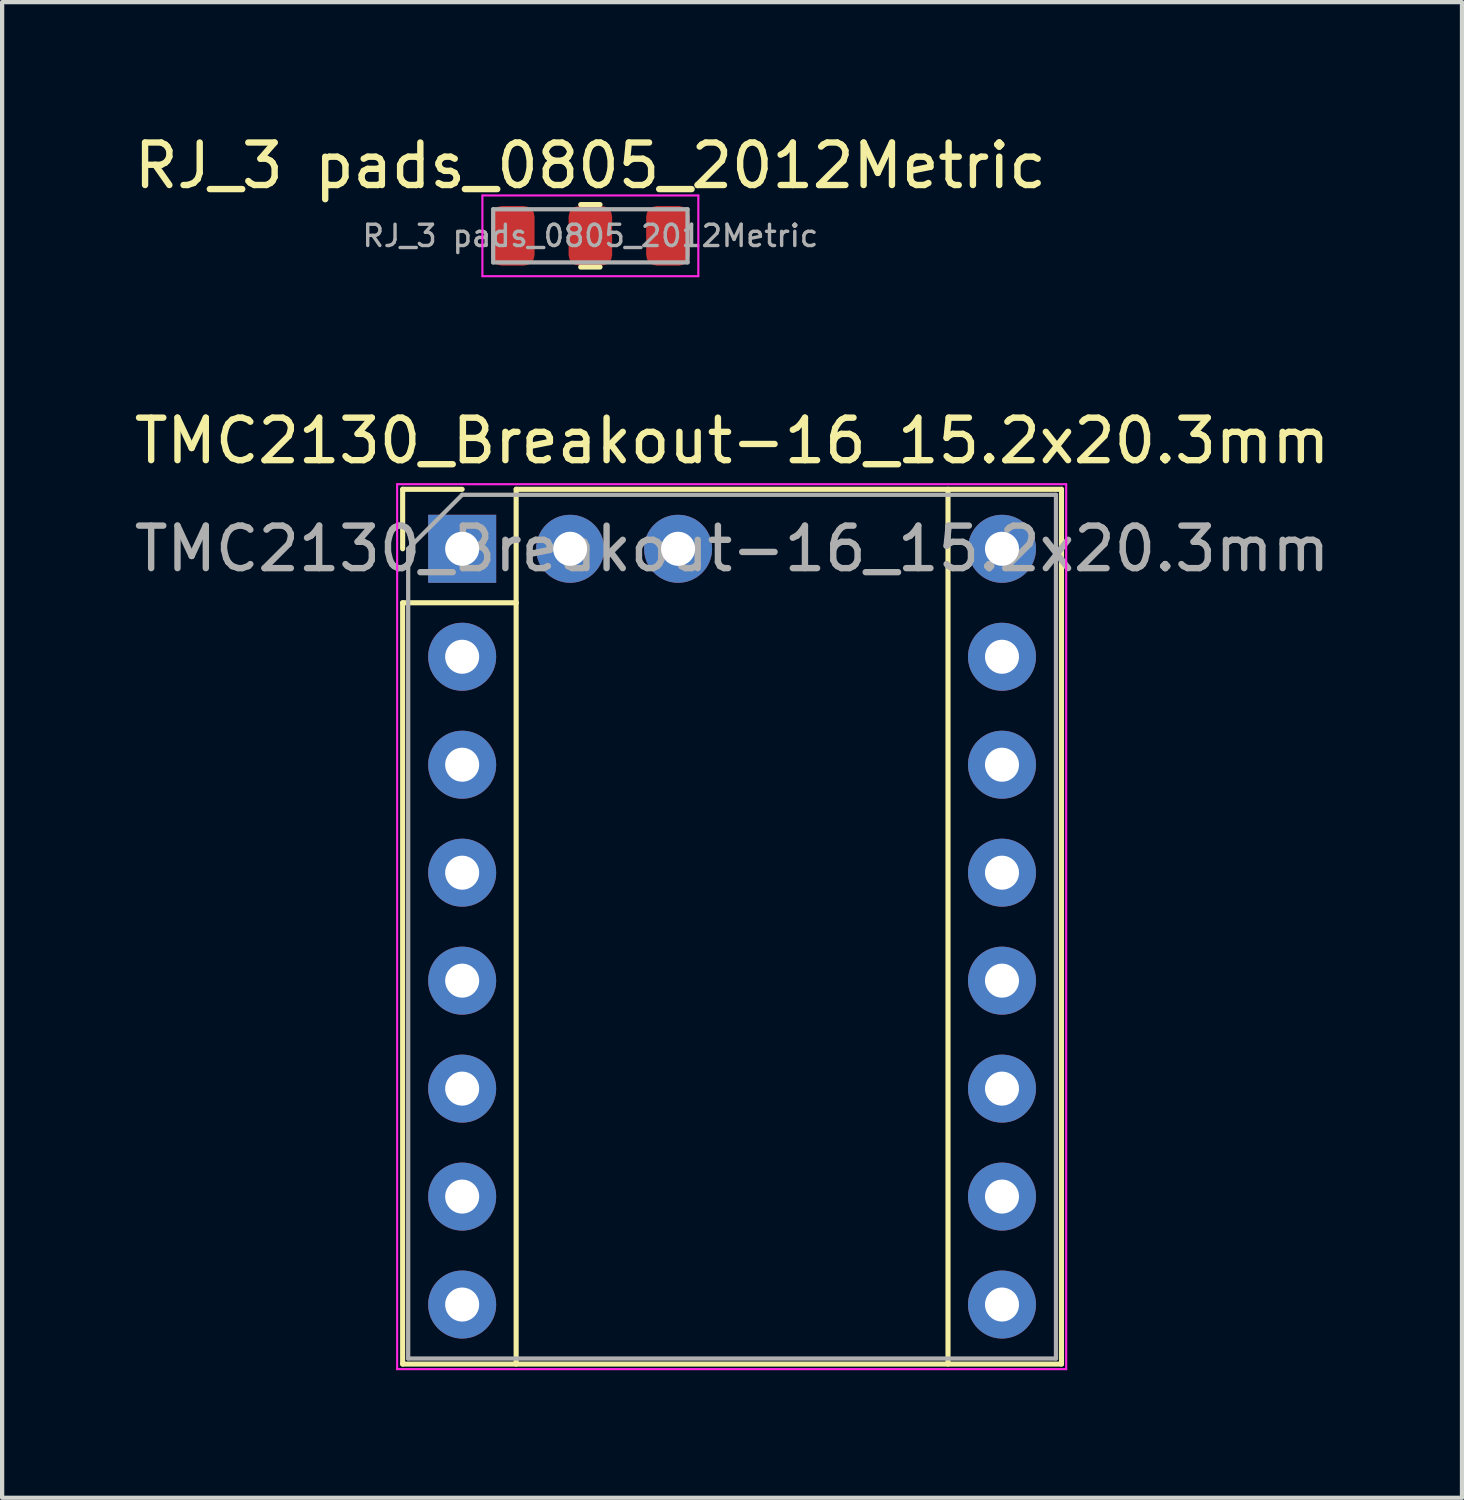
<source format=kicad_pcb>
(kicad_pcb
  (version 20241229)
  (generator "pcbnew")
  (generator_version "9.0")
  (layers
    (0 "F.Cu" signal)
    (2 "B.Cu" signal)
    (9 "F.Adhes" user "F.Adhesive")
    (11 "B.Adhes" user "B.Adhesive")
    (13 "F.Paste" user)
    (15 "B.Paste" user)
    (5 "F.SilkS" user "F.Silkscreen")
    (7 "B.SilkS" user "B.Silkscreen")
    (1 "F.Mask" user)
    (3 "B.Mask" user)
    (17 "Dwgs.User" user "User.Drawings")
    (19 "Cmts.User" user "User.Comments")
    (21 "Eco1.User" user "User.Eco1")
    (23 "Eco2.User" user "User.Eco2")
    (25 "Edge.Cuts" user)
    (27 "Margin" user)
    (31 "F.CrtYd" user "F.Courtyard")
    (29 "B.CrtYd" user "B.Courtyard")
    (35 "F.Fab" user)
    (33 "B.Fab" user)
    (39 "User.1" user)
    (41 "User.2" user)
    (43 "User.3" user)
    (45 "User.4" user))
  (footprint "RJ_3 pads_0805_2012Metric"
    (layer "F.Cu")
    (at 10.839 2.498)
    (property "Reference" "RJ_3 pads_0805_2012Metric" (at 0 -1.65 0) (layer "F.SilkS") (effects (font (size 1 1) (thickness 0.15))))
    (attr smd)
    (fp_line (start -0.227 -0.735) (end 0.227 -0.735) (stroke (width 0.12) (type solid)) (layer "F.SilkS"))
    (fp_line (start -0.227 0.735) (end 0.227 0.735) (stroke (width 0.12) (type solid)) (layer "F.SilkS"))
    (fp_line (start -2.54 -0.95) (end 2.54 -0.95) (stroke (width 0.05) (type solid)) (layer "F.CrtYd"))
    (fp_line (start -2.54 0.95) (end -2.54 -0.95) (stroke (width 0.05) (type solid)) (layer "F.CrtYd"))
    (fp_line (start 2.54 -0.95) (end 2.54 0.95) (stroke (width 0.05) (type solid)) (layer "F.CrtYd"))
    (fp_line (start 2.54 0.95) (end -2.54 0.95) (stroke (width 0.05) (type solid)) (layer "F.CrtYd"))
    (fp_line (start -2.286 -0.625) (end 2.286 -0.625) (stroke (width 0.1) (type solid)) (layer "F.Fab"))
    (fp_line (start -2.286 0.625) (end -2.286 -0.625) (stroke (width 0.1) (type solid)) (layer "F.Fab"))
    (fp_line (start 2.286 -0.625) (end 2.286 0.625) (stroke (width 0.1) (type solid)) (layer "F.Fab"))
    (fp_line (start 2.286 0.625) (end -2.286 0.625) (stroke (width 0.1) (type solid)) (layer "F.Fab"))
    (fp_text user "${REFERENCE}" (at 0 0 0) (layer "F.Fab") (effects (font (size 0.5 0.5) (thickness 0.08))))
    (pad "1" smd roundrect (at -1.825 0) (size 1.025 1.4) (layers "F.Cu" "F.Mask" "F.Paste") (roundrect_rratio 0.244))
    (pad "2" smd roundrect (at 0 0) (size 1.025 1.4) (layers "F.Cu" "F.Mask" "F.Paste") (roundrect_rratio 0.244))
    (pad "3" smd roundrect (at 1.825 0) (size 1.025 1.4) (layers "F.Cu" "F.Mask" "F.Paste") (roundrect_rratio 0.244)))
  (footprint "TMC2130_Breakout-16_15.2x20.3mm"
    (layer "F.Cu")
    (at 7.823 9.861)
    (property "Reference" "TMC2130_Breakout-16_15.2x20.3mm" (at 6.35 -2.54 180) (layer "F.SilkS") (effects (font (size 1 1) (thickness 0.15))))
    (attr through_hole)
    (fp_line (start -1.4 -1.4) (end -1.4 0) (stroke (width 0.12) (type solid)) (layer "F.SilkS"))
    (fp_line (start -1.4 1.27) (end -1.4 19.18) (stroke (width 0.12) (type solid)) (layer "F.SilkS"))
    (fp_line (start -1.4 19.18) (end 14.1 19.18) (stroke (width 0.12) (type solid)) (layer "F.SilkS"))
    (fp_line (start 0 -1.4) (end -1.4 -1.4) (stroke (width 0.12) (type solid)) (layer "F.SilkS"))
    (fp_line (start 1.27 -1.4) (end 1.27 1.27) (stroke (width 0.12) (type solid)) (layer "F.SilkS"))
    (fp_line (start 1.27 1.27) (end -1.4 1.27) (stroke (width 0.12) (type solid)) (layer "F.SilkS"))
    (fp_line (start 1.27 1.27) (end 1.27 19.18) (stroke (width 0.12) (type solid)) (layer "F.SilkS"))
    (fp_line (start 11.43 -1.4) (end 11.43 19.18) (stroke (width 0.12) (type solid)) (layer "F.SilkS"))
    (fp_line (start 14.1 -1.4) (end 1.27 -1.4) (stroke (width 0.12) (type solid)) (layer "F.SilkS"))
    (fp_line (start 14.1 19.18) (end 14.1 -1.4) (stroke (width 0.12) (type solid)) (layer "F.SilkS"))
    (fp_line (start -1.53 -1.52) (end -1.53 19.3) (stroke (width 0.05) (type solid)) (layer "F.CrtYd"))
    (fp_line (start -1.53 -1.52) (end 14.21 -1.52) (stroke (width 0.05) (type solid)) (layer "F.CrtYd"))
    (fp_line (start 14.21 19.3) (end -1.53 19.3) (stroke (width 0.05) (type solid)) (layer "F.CrtYd"))
    (fp_line (start 14.21 19.3) (end 14.21 -1.52) (stroke (width 0.05) (type solid)) (layer "F.CrtYd"))
    (fp_line (start -1.27 0) (end 0 -1.27) (stroke (width 0.1) (type solid)) (layer "F.Fab"))
    (fp_line (start -1.27 19.05) (end -1.27 0) (stroke (width 0.1) (type solid)) (layer "F.Fab"))
    (fp_line (start 0 -1.27) (end 13.97 -1.27) (stroke (width 0.1) (type solid)) (layer "F.Fab"))
    (fp_line (start 13.97 -1.27) (end 13.97 19.05) (stroke (width 0.1) (type solid)) (layer "F.Fab"))
    (fp_line (start 13.97 19.05) (end -1.27 19.05) (stroke (width 0.1) (type solid)) (layer "F.Fab"))
    (fp_text user "${REFERENCE}" (at 6.35 0 180) (layer "F.Fab") (effects (font (size 1 1) (thickness 0.15))))
    (pad "1" thru_hole rect (at 0 0) (size 1.6 1.6) (drill 0.8) (layers "*.Cu" "*.Mask"))
    (pad "2" thru_hole oval (at 0 2.54) (size 1.6 1.6) (drill 0.8) (layers "*.Cu" "*.Mask"))
    (pad "3" thru_hole oval (at 0 5.08) (size 1.6 1.6) (drill 0.8) (layers "*.Cu" "*.Mask"))
    (pad "4" thru_hole oval (at 0 7.62) (size 1.6 1.6) (drill 0.8) (layers "*.Cu" "*.Mask"))
    (pad "5" thru_hole oval (at 0 10.16) (size 1.6 1.6) (drill 0.8) (layers "*.Cu" "*.Mask"))
    (pad "6" thru_hole oval (at 0 12.7) (size 1.6 1.6) (drill 0.8) (layers "*.Cu" "*.Mask"))
    (pad "7" thru_hole oval (at 0 15.24) (size 1.6 1.6) (drill 0.8) (layers "*.Cu" "*.Mask"))
    (pad "8" thru_hole oval (at 0 17.78) (size 1.6 1.6) (drill 0.8) (layers "*.Cu" "*.Mask"))
    (pad "9" thru_hole oval (at 12.7 17.78) (size 1.6 1.6) (drill 0.8) (layers "*.Cu" "*.Mask"))
    (pad "10" thru_hole oval (at 12.7 15.24) (size 1.6 1.6) (drill 0.8) (layers "*.Cu" "*.Mask"))
    (pad "11" thru_hole oval (at 12.7 12.7) (size 1.6 1.6) (drill 0.8) (layers "*.Cu" "*.Mask"))
    (pad "12" thru_hole oval (at 12.7 10.16) (size 1.6 1.6) (drill 0.8) (layers "*.Cu" "*.Mask"))
    (pad "13" thru_hole oval (at 12.7 7.62) (size 1.6 1.6) (drill 0.8) (layers "*.Cu" "*.Mask"))
    (pad "14" thru_hole oval (at 12.7 5.08) (size 1.6 1.6) (drill 0.8) (layers "*.Cu" "*.Mask"))
    (pad "15" thru_hole oval (at 12.7 2.54) (size 1.6 1.6) (drill 0.8) (layers "*.Cu" "*.Mask"))
    (pad "16" thru_hole oval (at 12.7 0) (size 1.6 1.6) (drill 0.8) (layers "*.Cu" "*.Mask"))
    (pad "17" thru_hole oval (at 2.54 0) (size 1.6 1.6) (drill 0.8) (layers "*.Cu" "*.Mask"))
    (pad "18" thru_hole oval (at 5.08 0) (size 1.6 1.6) (drill 0.8) (layers "*.Cu" "*.Mask")))
  (gr_rect
    (start -3 -3)
    (end 31.345 32.187)
    (stroke (width 0.1) (type default))
    (fill no)
    (layer "Edge.Cuts")))
</source>
